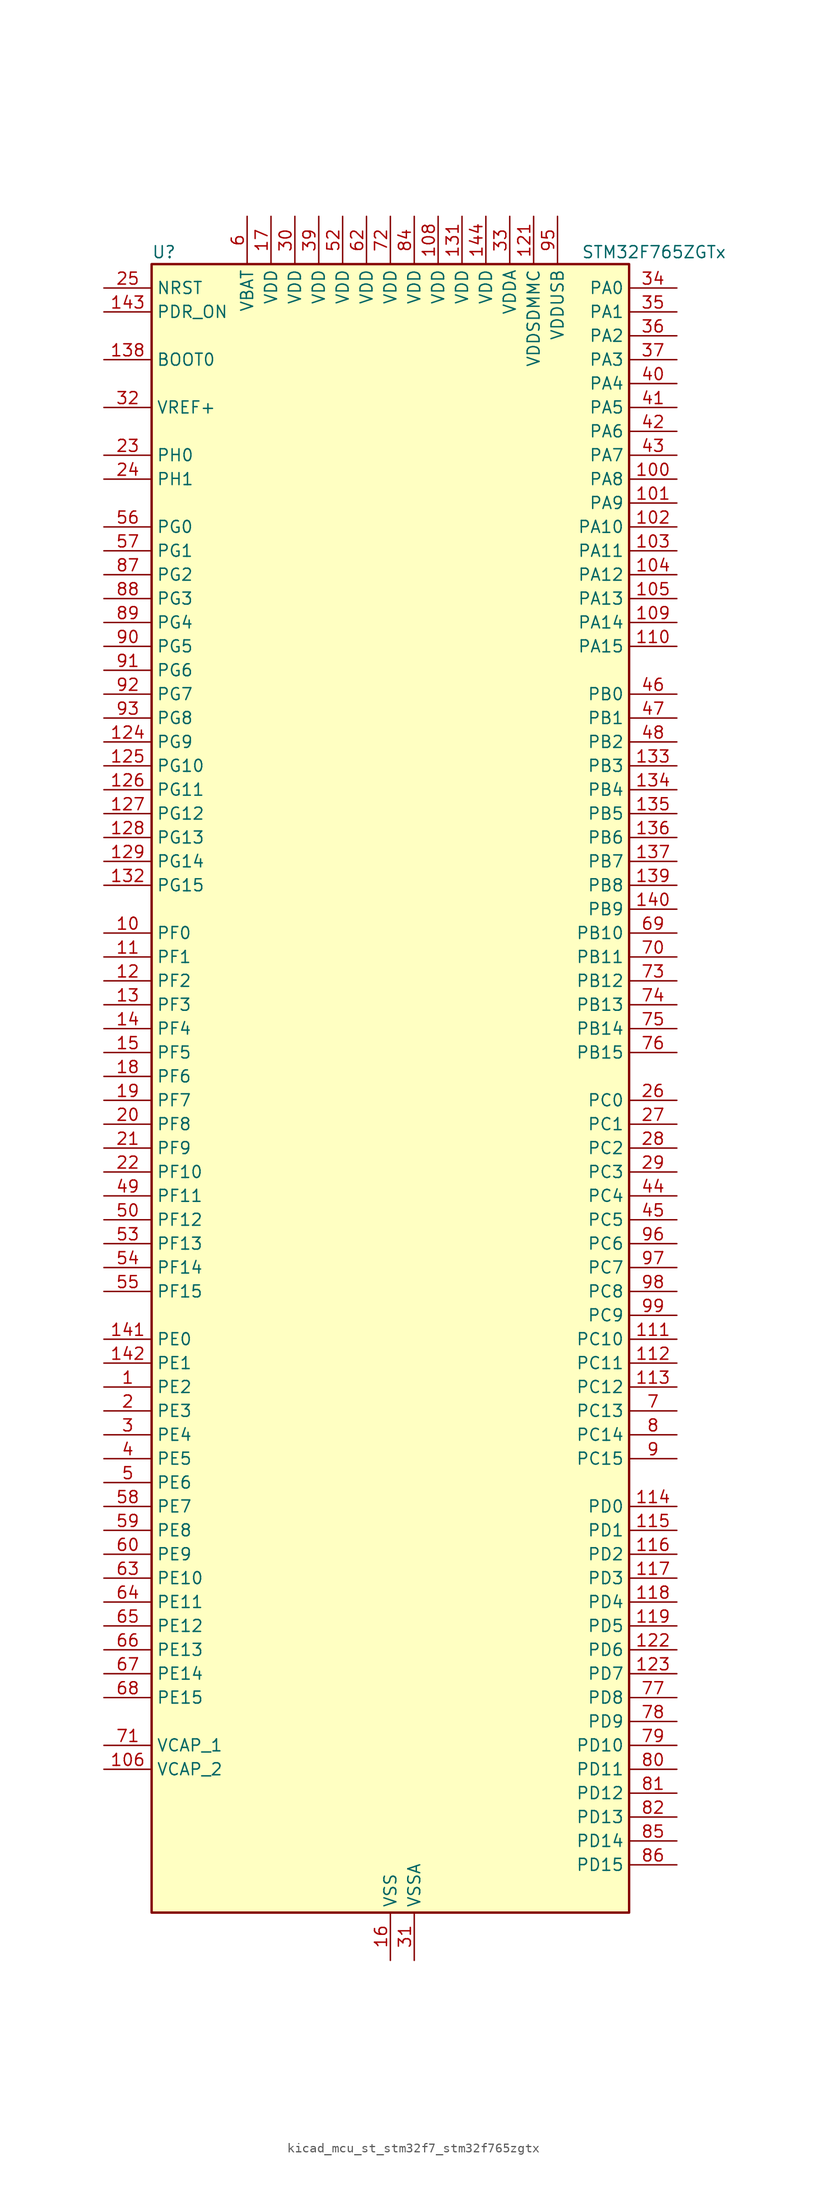
<source format=kicad_sym>
(kicad_symbol_lib
  (version 20220914)
  (generator kicad_symbol_editor)
  (symbol "kicad_mcu_st_stm32f7_stm32f765zgtx"
    (property "Reference" "U"
      (at -25.4 90.17 0)
      (effects (font (size 1.27 1.27)) (justify left)))
    (property "Value" "STM32F765ZGTx"
      (at 20.32 90.17 0)
      (effects (font (size 1.27 1.27)) (justify left)))
    (property "ki_locked" ""
      (at 0 0 0)
      (effects (font (size 1.27 1.27))))
    (symbol "kicad_mcu_st_stm32f7_stm32f765zgtx_0_1"
      (rectangle (start -25.4 -86.36) (end 25.4 88.9) (stroke (width 0.254) (type default)) (fill (type background))))
    (symbol "kicad_mcu_st_stm32f7_stm32f765zgtx_1_1"
      (pin bidirectional line (at -30.48 -30.48 0) (length 5.08) (name "PE2" (effects (font (size 1.27 1.27)))) (number "1" (effects (font (size 1.27 1.27)))) (alternate "ETH_TXD3" bidirectional line) (alternate "FMC_A23" bidirectional line) (alternate "QUADSPI_BK1_IO2" bidirectional line) (alternate "SAI1_MCLK_A" bidirectional line) (alternate "SPI4_SCK" bidirectional line) (alternate "SYS_TRACECLK" bidirectional line))
      (pin bidirectional line (at -30.48 17.78 0) (length 5.08) (name "PF0" (effects (font (size 1.27 1.27)))) (number "10" (effects (font (size 1.27 1.27)))) (alternate "FMC_A0" bidirectional line) (alternate "I2C2_SDA" bidirectional line))
      (pin bidirectional line (at 30.48 66.04 180) (length 5.08) (name "PA8" (effects (font (size 1.27 1.27)))) (number "100" (effects (font (size 1.27 1.27)))) (alternate "CAN3_RX" bidirectional line) (alternate "I2C3_SCL" bidirectional line) (alternate "RCC_MCO_1" bidirectional line) (alternate "TIM1_CH1" bidirectional line) (alternate "TIM8_BKIN2" bidirectional line) (alternate "UART7_RX" bidirectional line) (alternate "USART1_CK" bidirectional line) (alternate "USB_OTG_FS_SOF" bidirectional line))
      (pin bidirectional line (at 30.48 63.5 180) (length 5.08) (name "PA9" (effects (font (size 1.27 1.27)))) (number "101" (effects (font (size 1.27 1.27)))) (alternate "DAC_EXTI9" bidirectional line) (alternate "DCMI_D0" bidirectional line) (alternate "I2C3_SMBA" bidirectional line) (alternate "I2S2_CK" bidirectional line) (alternate "SPI2_SCK" bidirectional line) (alternate "TIM1_CH2" bidirectional line) (alternate "USART1_TX" bidirectional line) (alternate "USB_OTG_FS_VBUS" bidirectional line))
      (pin bidirectional line (at 30.48 60.96 180) (length 5.08) (name "PA10" (effects (font (size 1.27 1.27)))) (number "102" (effects (font (size 1.27 1.27)))) (alternate "DCMI_D1" bidirectional line) (alternate "MDIOS_MDIO" bidirectional line) (alternate "TIM1_CH3" bidirectional line) (alternate "USART1_RX" bidirectional line) (alternate "USB_OTG_FS_ID" bidirectional line))
      (pin bidirectional line (at 30.48 58.42 180) (length 5.08) (name "PA11" (effects (font (size 1.27 1.27)))) (number "103" (effects (font (size 1.27 1.27)))) (alternate "ADC1_EXTI11" bidirectional line) (alternate "ADC2_EXTI11" bidirectional line) (alternate "ADC3_EXTI11" bidirectional line) (alternate "CAN1_RX" bidirectional line) (alternate "I2S2_WS" bidirectional line) (alternate "SPI2_NSS" bidirectional line) (alternate "TIM1_CH4" bidirectional line) (alternate "UART4_RX" bidirectional line) (alternate "USART1_CTS" bidirectional line) (alternate "USB_OTG_FS_DM" bidirectional line))
      (pin bidirectional line (at 30.48 55.88 180) (length 5.08) (name "PA12" (effects (font (size 1.27 1.27)))) (number "104" (effects (font (size 1.27 1.27)))) (alternate "CAN1_TX" bidirectional line) (alternate "I2S2_CK" bidirectional line) (alternate "SAI2_FS_B" bidirectional line) (alternate "SPI2_SCK" bidirectional line) (alternate "TIM1_ETR" bidirectional line) (alternate "UART4_TX" bidirectional line) (alternate "USART1_DE" bidirectional line) (alternate "USART1_RTS" bidirectional line) (alternate "USB_OTG_FS_DP" bidirectional line))
      (pin bidirectional line (at 30.48 53.34 180) (length 5.08) (name "PA13" (effects (font (size 1.27 1.27)))) (number "105" (effects (font (size 1.27 1.27)))) (alternate "SYS_JTMS-SWDIO" bidirectional line))
      (pin power_out line (at -30.48 -71.12 0) (length 5.08) (name "VCAP_2" (effects (font (size 1.27 1.27)))) (number "106" (effects (font (size 1.27 1.27)))))
      (pin passive line (at 0 -91.44 90) (length 5.08) hide (name "VSS" (effects (font (size 1.27 1.27)))) (number "107" (effects (font (size 1.27 1.27)))))
      (pin power_in line (at 5.08 93.98 270) (length 5.08) (name "VDD" (effects (font (size 1.27 1.27)))) (number "108" (effects (font (size 1.27 1.27)))))
      (pin bidirectional line (at 30.48 50.8 180) (length 5.08) (name "PA14" (effects (font (size 1.27 1.27)))) (number "109" (effects (font (size 1.27 1.27)))) (alternate "SYS_JTCK-SWCLK" bidirectional line))
      (pin bidirectional line (at -30.48 15.24 0) (length 5.08) (name "PF1" (effects (font (size 1.27 1.27)))) (number "11" (effects (font (size 1.27 1.27)))) (alternate "FMC_A1" bidirectional line) (alternate "I2C2_SCL" bidirectional line))
      (pin bidirectional line (at 30.48 48.26 180) (length 5.08) (name "PA15" (effects (font (size 1.27 1.27)))) (number "110" (effects (font (size 1.27 1.27)))) (alternate "CAN3_TX" bidirectional line) (alternate "CEC" bidirectional line) (alternate "I2S1_WS" bidirectional line) (alternate "I2S3_WS" bidirectional line) (alternate "SPI1_NSS" bidirectional line) (alternate "SPI3_NSS" bidirectional line) (alternate "SPI6_NSS" bidirectional line) (alternate "SYS_JTDI" bidirectional line) (alternate "TIM2_CH1" bidirectional line) (alternate "TIM2_ETR" bidirectional line) (alternate "UART4_DE" bidirectional line) (alternate "UART4_RTS" bidirectional line) (alternate "UART7_TX" bidirectional line))
      (pin bidirectional line (at 30.48 -25.4 180) (length 5.08) (name "PC10" (effects (font (size 1.27 1.27)))) (number "111" (effects (font (size 1.27 1.27)))) (alternate "DCMI_D8" bidirectional line) (alternate "DFSDM1_CKIN5" bidirectional line) (alternate "I2S3_CK" bidirectional line) (alternate "QUADSPI_BK1_IO1" bidirectional line) (alternate "SDMMC1_D2" bidirectional line) (alternate "SPI3_SCK" bidirectional line) (alternate "UART4_TX" bidirectional line) (alternate "USART3_TX" bidirectional line))
      (pin bidirectional line (at 30.48 -27.94 180) (length 5.08) (name "PC11" (effects (font (size 1.27 1.27)))) (number "112" (effects (font (size 1.27 1.27)))) (alternate "ADC1_EXTI11" bidirectional line) (alternate "ADC2_EXTI11" bidirectional line) (alternate "ADC3_EXTI11" bidirectional line) (alternate "DCMI_D4" bidirectional line) (alternate "DFSDM1_DATIN5" bidirectional line) (alternate "QUADSPI_BK2_NCS" bidirectional line) (alternate "SDMMC1_D3" bidirectional line) (alternate "SPI3_MISO" bidirectional line) (alternate "UART4_RX" bidirectional line) (alternate "USART3_RX" bidirectional line))
      (pin bidirectional line (at 30.48 -30.48 180) (length 5.08) (name "PC12" (effects (font (size 1.27 1.27)))) (number "113" (effects (font (size 1.27 1.27)))) (alternate "DCMI_D9" bidirectional line) (alternate "I2S3_SD" bidirectional line) (alternate "SDMMC1_CK" bidirectional line) (alternate "SPI3_MOSI" bidirectional line) (alternate "SYS_TRACED3" bidirectional line) (alternate "UART5_TX" bidirectional line) (alternate "USART3_CK" bidirectional line))
      (pin bidirectional line (at 30.48 -43.18 180) (length 5.08) (name "PD0" (effects (font (size 1.27 1.27)))) (number "114" (effects (font (size 1.27 1.27)))) (alternate "CAN1_RX" bidirectional line) (alternate "DFSDM1_CKIN6" bidirectional line) (alternate "DFSDM1_DATIN7" bidirectional line) (alternate "FMC_D2" bidirectional line) (alternate "FMC_DA2" bidirectional line) (alternate "UART4_RX" bidirectional line))
      (pin bidirectional line (at 30.48 -45.72 180) (length 5.08) (name "PD1" (effects (font (size 1.27 1.27)))) (number "115" (effects (font (size 1.27 1.27)))) (alternate "CAN1_TX" bidirectional line) (alternate "DFSDM1_CKIN7" bidirectional line) (alternate "DFSDM1_DATIN6" bidirectional line) (alternate "FMC_D3" bidirectional line) (alternate "FMC_DA3" bidirectional line) (alternate "UART4_TX" bidirectional line))
      (pin bidirectional line (at 30.48 -48.26 180) (length 5.08) (name "PD2" (effects (font (size 1.27 1.27)))) (number "116" (effects (font (size 1.27 1.27)))) (alternate "DCMI_D11" bidirectional line) (alternate "SDMMC1_CMD" bidirectional line) (alternate "SYS_TRACED2" bidirectional line) (alternate "TIM3_ETR" bidirectional line) (alternate "UART5_RX" bidirectional line))
      (pin bidirectional line (at 30.48 -50.8 180) (length 5.08) (name "PD3" (effects (font (size 1.27 1.27)))) (number "117" (effects (font (size 1.27 1.27)))) (alternate "DCMI_D5" bidirectional line) (alternate "DFSDM1_CKOUT" bidirectional line) (alternate "DFSDM1_DATIN0" bidirectional line) (alternate "FMC_CLK" bidirectional line) (alternate "I2S2_CK" bidirectional line) (alternate "SPI2_SCK" bidirectional line) (alternate "USART2_CTS" bidirectional line))
      (pin bidirectional line (at 30.48 -53.34 180) (length 5.08) (name "PD4" (effects (font (size 1.27 1.27)))) (number "118" (effects (font (size 1.27 1.27)))) (alternate "DFSDM1_CKIN0" bidirectional line) (alternate "FMC_NOE" bidirectional line) (alternate "USART2_DE" bidirectional line) (alternate "USART2_RTS" bidirectional line))
      (pin bidirectional line (at 30.48 -55.88 180) (length 5.08) (name "PD5" (effects (font (size 1.27 1.27)))) (number "119" (effects (font (size 1.27 1.27)))) (alternate "FMC_NWE" bidirectional line) (alternate "USART2_TX" bidirectional line))
      (pin bidirectional line (at -30.48 12.7 0) (length 5.08) (name "PF2" (effects (font (size 1.27 1.27)))) (number "12" (effects (font (size 1.27 1.27)))) (alternate "FMC_A2" bidirectional line) (alternate "I2C2_SMBA" bidirectional line))
      (pin passive line (at 0 -91.44 90) (length 5.08) hide (name "VSS" (effects (font (size 1.27 1.27)))) (number "120" (effects (font (size 1.27 1.27)))))
      (pin power_in line (at 15.24 93.98 270) (length 5.08) (name "VDDSDMMC" (effects (font (size 1.27 1.27)))) (number "121" (effects (font (size 1.27 1.27)))))
      (pin bidirectional line (at 30.48 -58.42 180) (length 5.08) (name "PD6" (effects (font (size 1.27 1.27)))) (number "122" (effects (font (size 1.27 1.27)))) (alternate "DCMI_D10" bidirectional line) (alternate "DFSDM1_CKIN4" bidirectional line) (alternate "DFSDM1_DATIN1" bidirectional line) (alternate "FMC_NWAIT" bidirectional line) (alternate "I2S3_SD" bidirectional line) (alternate "SAI1_SD_A" bidirectional line) (alternate "SDMMC2_CK" bidirectional line) (alternate "SPI3_MOSI" bidirectional line) (alternate "USART2_RX" bidirectional line))
      (pin bidirectional line (at 30.48 -60.96 180) (length 5.08) (name "PD7" (effects (font (size 1.27 1.27)))) (number "123" (effects (font (size 1.27 1.27)))) (alternate "DFSDM1_CKIN1" bidirectional line) (alternate "DFSDM1_DATIN4" bidirectional line) (alternate "FMC_NE1" bidirectional line) (alternate "I2S1_SD" bidirectional line) (alternate "SDMMC2_CMD" bidirectional line) (alternate "SPDIFRX_IN0" bidirectional line) (alternate "SPI1_MOSI" bidirectional line) (alternate "USART2_CK" bidirectional line))
      (pin bidirectional line (at -30.48 38.1 0) (length 5.08) (name "PG9" (effects (font (size 1.27 1.27)))) (number "124" (effects (font (size 1.27 1.27)))) (alternate "DAC_EXTI9" bidirectional line) (alternate "DCMI_VSYNC" bidirectional line) (alternate "FMC_NCE" bidirectional line) (alternate "FMC_NE2" bidirectional line) (alternate "QUADSPI_BK2_IO2" bidirectional line) (alternate "SAI2_FS_B" bidirectional line) (alternate "SDMMC2_D0" bidirectional line) (alternate "SPDIFRX_IN3" bidirectional line) (alternate "SPI1_MISO" bidirectional line) (alternate "USART6_RX" bidirectional line))
      (pin bidirectional line (at -30.48 35.56 0) (length 5.08) (name "PG10" (effects (font (size 1.27 1.27)))) (number "125" (effects (font (size 1.27 1.27)))) (alternate "DCMI_D2" bidirectional line) (alternate "FMC_NE3" bidirectional line) (alternate "I2S1_WS" bidirectional line) (alternate "SAI2_SD_B" bidirectional line) (alternate "SDMMC2_D1" bidirectional line) (alternate "SPI1_NSS" bidirectional line))
      (pin bidirectional line (at -30.48 33.02 0) (length 5.08) (name "PG11" (effects (font (size 1.27 1.27)))) (number "126" (effects (font (size 1.27 1.27)))) (alternate "ADC1_EXTI11" bidirectional line) (alternate "ADC2_EXTI11" bidirectional line) (alternate "ADC3_EXTI11" bidirectional line) (alternate "DCMI_D3" bidirectional line) (alternate "ETH_TX_EN" bidirectional line) (alternate "I2S1_CK" bidirectional line) (alternate "SDMMC2_D2" bidirectional line) (alternate "SPDIFRX_IN0" bidirectional line) (alternate "SPI1_SCK" bidirectional line))
      (pin bidirectional line (at -30.48 30.48 0) (length 5.08) (name "PG12" (effects (font (size 1.27 1.27)))) (number "127" (effects (font (size 1.27 1.27)))) (alternate "FMC_NE4" bidirectional line) (alternate "LPTIM1_IN1" bidirectional line) (alternate "SDMMC2_D3" bidirectional line) (alternate "SPDIFRX_IN1" bidirectional line) (alternate "SPI6_MISO" bidirectional line) (alternate "USART6_DE" bidirectional line) (alternate "USART6_RTS" bidirectional line))
      (pin bidirectional line (at -30.48 27.94 0) (length 5.08) (name "PG13" (effects (font (size 1.27 1.27)))) (number "128" (effects (font (size 1.27 1.27)))) (alternate "ETH_TXD0" bidirectional line) (alternate "FMC_A24" bidirectional line) (alternate "LPTIM1_OUT" bidirectional line) (alternate "SPI6_SCK" bidirectional line) (alternate "SYS_TRACED0" bidirectional line) (alternate "USART6_CTS" bidirectional line))
      (pin bidirectional line (at -30.48 25.4 0) (length 5.08) (name "PG14" (effects (font (size 1.27 1.27)))) (number "129" (effects (font (size 1.27 1.27)))) (alternate "ETH_TXD1" bidirectional line) (alternate "FMC_A25" bidirectional line) (alternate "LPTIM1_ETR" bidirectional line) (alternate "QUADSPI_BK2_IO3" bidirectional line) (alternate "SPI6_MOSI" bidirectional line) (alternate "SYS_TRACED1" bidirectional line) (alternate "USART6_TX" bidirectional line))
      (pin bidirectional line (at -30.48 10.16 0) (length 5.08) (name "PF3" (effects (font (size 1.27 1.27)))) (number "13" (effects (font (size 1.27 1.27)))) (alternate "ADC3_IN9" bidirectional line) (alternate "FMC_A3" bidirectional line))
      (pin passive line (at 0 -91.44 90) (length 5.08) hide (name "VSS" (effects (font (size 1.27 1.27)))) (number "130" (effects (font (size 1.27 1.27)))))
      (pin power_in line (at 7.62 93.98 270) (length 5.08) (name "VDD" (effects (font (size 1.27 1.27)))) (number "131" (effects (font (size 1.27 1.27)))))
      (pin bidirectional line (at -30.48 22.86 0) (length 5.08) (name "PG15" (effects (font (size 1.27 1.27)))) (number "132" (effects (font (size 1.27 1.27)))) (alternate "DCMI_D13" bidirectional line) (alternate "FMC_SDNCAS" bidirectional line) (alternate "USART6_CTS" bidirectional line))
      (pin bidirectional line (at 30.48 35.56 180) (length 5.08) (name "PB3" (effects (font (size 1.27 1.27)))) (number "133" (effects (font (size 1.27 1.27)))) (alternate "CAN3_RX" bidirectional line) (alternate "I2S1_CK" bidirectional line) (alternate "I2S3_CK" bidirectional line) (alternate "SDMMC2_D2" bidirectional line) (alternate "SPI1_SCK" bidirectional line) (alternate "SPI3_SCK" bidirectional line) (alternate "SPI6_SCK" bidirectional line) (alternate "SYS_JTDO-SWO" bidirectional line) (alternate "TIM2_CH2" bidirectional line) (alternate "UART7_RX" bidirectional line))
      (pin bidirectional line (at 30.48 33.02 180) (length 5.08) (name "PB4" (effects (font (size 1.27 1.27)))) (number "134" (effects (font (size 1.27 1.27)))) (alternate "CAN3_TX" bidirectional line) (alternate "I2S2_WS" bidirectional line) (alternate "SDMMC2_D3" bidirectional line) (alternate "SPI1_MISO" bidirectional line) (alternate "SPI2_NSS" bidirectional line) (alternate "SPI3_MISO" bidirectional line) (alternate "SPI6_MISO" bidirectional line) (alternate "SYS_JTRST" bidirectional line) (alternate "TIM3_CH1" bidirectional line) (alternate "UART7_TX" bidirectional line))
      (pin bidirectional line (at 30.48 30.48 180) (length 5.08) (name "PB5" (effects (font (size 1.27 1.27)))) (number "135" (effects (font (size 1.27 1.27)))) (alternate "CAN2_RX" bidirectional line) (alternate "DCMI_D10" bidirectional line) (alternate "ETH_PPS_OUT" bidirectional line) (alternate "FMC_SDCKE1" bidirectional line) (alternate "I2C1_SMBA" bidirectional line) (alternate "I2S1_SD" bidirectional line) (alternate "I2S3_SD" bidirectional line) (alternate "SPI1_MOSI" bidirectional line) (alternate "SPI3_MOSI" bidirectional line) (alternate "SPI6_MOSI" bidirectional line) (alternate "TIM3_CH2" bidirectional line) (alternate "UART5_RX" bidirectional line) (alternate "USB_OTG_HS_ULPI_D7" bidirectional line))
      (pin bidirectional line (at 30.48 27.94 180) (length 5.08) (name "PB6" (effects (font (size 1.27 1.27)))) (number "136" (effects (font (size 1.27 1.27)))) (alternate "CAN2_TX" bidirectional line) (alternate "CEC" bidirectional line) (alternate "DCMI_D5" bidirectional line) (alternate "DFSDM1_DATIN5" bidirectional line) (alternate "FMC_SDNE1" bidirectional line) (alternate "I2C1_SCL" bidirectional line) (alternate "I2C4_SCL" bidirectional line) (alternate "QUADSPI_BK1_NCS" bidirectional line) (alternate "TIM4_CH1" bidirectional line) (alternate "UART5_TX" bidirectional line) (alternate "USART1_TX" bidirectional line))
      (pin bidirectional line (at 30.48 25.4 180) (length 5.08) (name "PB7" (effects (font (size 1.27 1.27)))) (number "137" (effects (font (size 1.27 1.27)))) (alternate "DCMI_VSYNC" bidirectional line) (alternate "DFSDM1_CKIN5" bidirectional line) (alternate "FMC_NL" bidirectional line) (alternate "I2C1_SDA" bidirectional line) (alternate "I2C4_SDA" bidirectional line) (alternate "TIM4_CH2" bidirectional line) (alternate "USART1_RX" bidirectional line))
      (pin input line (at -30.48 78.74 0) (length 5.08) (name "BOOT0" (effects (font (size 1.27 1.27)))) (number "138" (effects (font (size 1.27 1.27)))))
      (pin bidirectional line (at 30.48 22.86 180) (length 5.08) (name "PB8" (effects (font (size 1.27 1.27)))) (number "139" (effects (font (size 1.27 1.27)))) (alternate "CAN1_RX" bidirectional line) (alternate "DCMI_D6" bidirectional line) (alternate "DFSDM1_CKIN7" bidirectional line) (alternate "ETH_TXD3" bidirectional line) (alternate "I2C1_SCL" bidirectional line) (alternate "I2C4_SCL" bidirectional line) (alternate "SDMMC1_D4" bidirectional line) (alternate "SDMMC2_D4" bidirectional line) (alternate "TIM10_CH1" bidirectional line) (alternate "TIM4_CH3" bidirectional line) (alternate "UART5_RX" bidirectional line))
      (pin bidirectional line (at -30.48 7.62 0) (length 5.08) (name "PF4" (effects (font (size 1.27 1.27)))) (number "14" (effects (font (size 1.27 1.27)))) (alternate "ADC3_IN14" bidirectional line) (alternate "FMC_A4" bidirectional line))
      (pin bidirectional line (at 30.48 20.32 180) (length 5.08) (name "PB9" (effects (font (size 1.27 1.27)))) (number "140" (effects (font (size 1.27 1.27)))) (alternate "CAN1_TX" bidirectional line) (alternate "DAC_EXTI9" bidirectional line) (alternate "DCMI_D7" bidirectional line) (alternate "DFSDM1_DATIN7" bidirectional line) (alternate "I2C1_SDA" bidirectional line) (alternate "I2C4_SDA" bidirectional line) (alternate "I2C4_SMBA" bidirectional line) (alternate "I2S2_WS" bidirectional line) (alternate "SDMMC1_D5" bidirectional line) (alternate "SDMMC2_D5" bidirectional line) (alternate "SPI2_NSS" bidirectional line) (alternate "TIM11_CH1" bidirectional line) (alternate "TIM4_CH4" bidirectional line) (alternate "UART5_TX" bidirectional line))
      (pin bidirectional line (at -30.48 -25.4 0) (length 5.08) (name "PE0" (effects (font (size 1.27 1.27)))) (number "141" (effects (font (size 1.27 1.27)))) (alternate "DCMI_D2" bidirectional line) (alternate "FMC_NBL0" bidirectional line) (alternate "LPTIM1_ETR" bidirectional line) (alternate "SAI2_MCLK_A" bidirectional line) (alternate "TIM4_ETR" bidirectional line) (alternate "UART8_RX" bidirectional line))
      (pin bidirectional line (at -30.48 -27.94 0) (length 5.08) (name "PE1" (effects (font (size 1.27 1.27)))) (number "142" (effects (font (size 1.27 1.27)))) (alternate "DCMI_D3" bidirectional line) (alternate "FMC_NBL1" bidirectional line) (alternate "LPTIM1_IN2" bidirectional line) (alternate "UART8_TX" bidirectional line))
      (pin input line (at -30.48 83.82 0) (length 5.08) (name "PDR_ON" (effects (font (size 1.27 1.27)))) (number "143" (effects (font (size 1.27 1.27)))))
      (pin power_in line (at 10.16 93.98 270) (length 5.08) (name "VDD" (effects (font (size 1.27 1.27)))) (number "144" (effects (font (size 1.27 1.27)))))
      (pin bidirectional line (at -30.48 5.08 0) (length 5.08) (name "PF5" (effects (font (size 1.27 1.27)))) (number "15" (effects (font (size 1.27 1.27)))) (alternate "ADC3_IN15" bidirectional line) (alternate "FMC_A5" bidirectional line))
      (pin power_in line (at 0 -91.44 90) (length 5.08) (name "VSS" (effects (font (size 1.27 1.27)))) (number "16" (effects (font (size 1.27 1.27)))))
      (pin power_in line (at -12.7 93.98 270) (length 5.08) (name "VDD" (effects (font (size 1.27 1.27)))) (number "17" (effects (font (size 1.27 1.27)))))
      (pin bidirectional line (at -30.48 2.54 0) (length 5.08) (name "PF6" (effects (font (size 1.27 1.27)))) (number "18" (effects (font (size 1.27 1.27)))) (alternate "ADC3_IN4" bidirectional line) (alternate "QUADSPI_BK1_IO3" bidirectional line) (alternate "SAI1_SD_B" bidirectional line) (alternate "SPI5_NSS" bidirectional line) (alternate "TIM10_CH1" bidirectional line) (alternate "UART7_RX" bidirectional line))
      (pin bidirectional line (at -30.48 0 0) (length 5.08) (name "PF7" (effects (font (size 1.27 1.27)))) (number "19" (effects (font (size 1.27 1.27)))) (alternate "ADC3_IN5" bidirectional line) (alternate "QUADSPI_BK1_IO2" bidirectional line) (alternate "SAI1_MCLK_B" bidirectional line) (alternate "SPI5_SCK" bidirectional line) (alternate "TIM11_CH1" bidirectional line) (alternate "UART7_TX" bidirectional line))
      (pin bidirectional line (at -30.48 -33.02 0) (length 5.08) (name "PE3" (effects (font (size 1.27 1.27)))) (number "2" (effects (font (size 1.27 1.27)))) (alternate "FMC_A19" bidirectional line) (alternate "SAI1_SD_B" bidirectional line) (alternate "SYS_TRACED0" bidirectional line))
      (pin bidirectional line (at -30.48 -2.54 0) (length 5.08) (name "PF8" (effects (font (size 1.27 1.27)))) (number "20" (effects (font (size 1.27 1.27)))) (alternate "ADC3_IN6" bidirectional line) (alternate "QUADSPI_BK1_IO0" bidirectional line) (alternate "SAI1_SCK_B" bidirectional line) (alternate "SPI5_MISO" bidirectional line) (alternate "TIM13_CH1" bidirectional line) (alternate "UART7_DE" bidirectional line) (alternate "UART7_RTS" bidirectional line))
      (pin bidirectional line (at -30.48 -5.08 0) (length 5.08) (name "PF9" (effects (font (size 1.27 1.27)))) (number "21" (effects (font (size 1.27 1.27)))) (alternate "ADC3_IN7" bidirectional line) (alternate "DAC_EXTI9" bidirectional line) (alternate "QUADSPI_BK1_IO1" bidirectional line) (alternate "SAI1_FS_B" bidirectional line) (alternate "SPI5_MOSI" bidirectional line) (alternate "TIM14_CH1" bidirectional line) (alternate "UART7_CTS" bidirectional line))
      (pin bidirectional line (at -30.48 -7.62 0) (length 5.08) (name "PF10" (effects (font (size 1.27 1.27)))) (number "22" (effects (font (size 1.27 1.27)))) (alternate "ADC3_IN8" bidirectional line) (alternate "DCMI_D11" bidirectional line) (alternate "QUADSPI_CLK" bidirectional line))
      (pin bidirectional line (at -30.48 68.58 0) (length 5.08) (name "PH0" (effects (font (size 1.27 1.27)))) (number "23" (effects (font (size 1.27 1.27)))) (alternate "RCC_OSC_IN" bidirectional line))
      (pin bidirectional line (at -30.48 66.04 0) (length 5.08) (name "PH1" (effects (font (size 1.27 1.27)))) (number "24" (effects (font (size 1.27 1.27)))) (alternate "RCC_OSC_OUT" bidirectional line))
      (pin input line (at -30.48 86.36 0) (length 5.08) (name "NRST" (effects (font (size 1.27 1.27)))) (number "25" (effects (font (size 1.27 1.27)))))
      (pin bidirectional line (at 30.48 0 180) (length 5.08) (name "PC0" (effects (font (size 1.27 1.27)))) (number "26" (effects (font (size 1.27 1.27)))) (alternate "ADC1_IN10" bidirectional line) (alternate "ADC2_IN10" bidirectional line) (alternate "ADC3_IN10" bidirectional line) (alternate "DFSDM1_CKIN0" bidirectional line) (alternate "DFSDM1_DATIN4" bidirectional line) (alternate "FMC_SDNWE" bidirectional line) (alternate "SAI2_FS_B" bidirectional line) (alternate "USB_OTG_HS_ULPI_STP" bidirectional line))
      (pin bidirectional line (at 30.48 -2.54 180) (length 5.08) (name "PC1" (effects (font (size 1.27 1.27)))) (number "27" (effects (font (size 1.27 1.27)))) (alternate "ADC1_IN11" bidirectional line) (alternate "ADC2_IN11" bidirectional line) (alternate "ADC3_IN11" bidirectional line) (alternate "DFSDM1_CKIN4" bidirectional line) (alternate "DFSDM1_DATIN0" bidirectional line) (alternate "ETH_MDC" bidirectional line) (alternate "I2S2_SD" bidirectional line) (alternate "MDIOS_MDC" bidirectional line) (alternate "RTC_TAMP3" bidirectional line) (alternate "RTC_TS" bidirectional line) (alternate "SAI1_SD_A" bidirectional line) (alternate "SPI2_MOSI" bidirectional line) (alternate "SYS_TRACED0" bidirectional line) (alternate "SYS_WKUP3" bidirectional line))
      (pin bidirectional line (at 30.48 -5.08 180) (length 5.08) (name "PC2" (effects (font (size 1.27 1.27)))) (number "28" (effects (font (size 1.27 1.27)))) (alternate "ADC1_IN12" bidirectional line) (alternate "ADC2_IN12" bidirectional line) (alternate "ADC3_IN12" bidirectional line) (alternate "DFSDM1_CKIN1" bidirectional line) (alternate "DFSDM1_CKOUT" bidirectional line) (alternate "ETH_TXD2" bidirectional line) (alternate "FMC_SDNE0" bidirectional line) (alternate "SPI2_MISO" bidirectional line) (alternate "USB_OTG_HS_ULPI_DIR" bidirectional line))
      (pin bidirectional line (at 30.48 -7.62 180) (length 5.08) (name "PC3" (effects (font (size 1.27 1.27)))) (number "29" (effects (font (size 1.27 1.27)))) (alternate "ADC1_IN13" bidirectional line) (alternate "ADC2_IN13" bidirectional line) (alternate "ADC3_IN13" bidirectional line) (alternate "DFSDM1_DATIN1" bidirectional line) (alternate "ETH_TX_CLK" bidirectional line) (alternate "FMC_SDCKE0" bidirectional line) (alternate "I2S2_SD" bidirectional line) (alternate "SPI2_MOSI" bidirectional line) (alternate "USB_OTG_HS_ULPI_NXT" bidirectional line))
      (pin bidirectional line (at -30.48 -35.56 0) (length 5.08) (name "PE4" (effects (font (size 1.27 1.27)))) (number "3" (effects (font (size 1.27 1.27)))) (alternate "DCMI_D4" bidirectional line) (alternate "DFSDM1_DATIN3" bidirectional line) (alternate "FMC_A20" bidirectional line) (alternate "SAI1_FS_A" bidirectional line) (alternate "SPI4_NSS" bidirectional line) (alternate "SYS_TRACED1" bidirectional line))
      (pin power_in line (at -10.16 93.98 270) (length 5.08) (name "VDD" (effects (font (size 1.27 1.27)))) (number "30" (effects (font (size 1.27 1.27)))))
      (pin power_in line (at 2.54 -91.44 90) (length 5.08) (name "VSSA" (effects (font (size 1.27 1.27)))) (number "31" (effects (font (size 1.27 1.27)))))
      (pin input line (at -30.48 73.66 0) (length 5.08) (name "VREF+" (effects (font (size 1.27 1.27)))) (number "32" (effects (font (size 1.27 1.27)))))
      (pin power_in line (at 12.7 93.98 270) (length 5.08) (name "VDDA" (effects (font (size 1.27 1.27)))) (number "33" (effects (font (size 1.27 1.27)))))
      (pin bidirectional line (at 30.48 86.36 180) (length 5.08) (name "PA0" (effects (font (size 1.27 1.27)))) (number "34" (effects (font (size 1.27 1.27)))) (alternate "ADC1_IN0" bidirectional line) (alternate "ADC2_IN0" bidirectional line) (alternate "ADC3_IN0" bidirectional line) (alternate "ETH_CRS" bidirectional line) (alternate "SAI2_SD_B" bidirectional line) (alternate "SYS_WKUP1" bidirectional line) (alternate "TIM2_CH1" bidirectional line) (alternate "TIM2_ETR" bidirectional line) (alternate "TIM5_CH1" bidirectional line) (alternate "TIM8_ETR" bidirectional line) (alternate "UART4_TX" bidirectional line) (alternate "USART2_CTS" bidirectional line))
      (pin bidirectional line (at 30.48 83.82 180) (length 5.08) (name "PA1" (effects (font (size 1.27 1.27)))) (number "35" (effects (font (size 1.27 1.27)))) (alternate "ADC1_IN1" bidirectional line) (alternate "ADC2_IN1" bidirectional line) (alternate "ADC3_IN1" bidirectional line) (alternate "ETH_REF_CLK" bidirectional line) (alternate "ETH_RX_CLK" bidirectional line) (alternate "QUADSPI_BK1_IO3" bidirectional line) (alternate "SAI2_MCLK_B" bidirectional line) (alternate "TIM2_CH2" bidirectional line) (alternate "TIM5_CH2" bidirectional line) (alternate "UART4_RX" bidirectional line) (alternate "USART2_DE" bidirectional line) (alternate "USART2_RTS" bidirectional line))
      (pin bidirectional line (at 30.48 81.28 180) (length 5.08) (name "PA2" (effects (font (size 1.27 1.27)))) (number "36" (effects (font (size 1.27 1.27)))) (alternate "ADC1_IN2" bidirectional line) (alternate "ADC2_IN2" bidirectional line) (alternate "ADC3_IN2" bidirectional line) (alternate "ETH_MDIO" bidirectional line) (alternate "MDIOS_MDIO" bidirectional line) (alternate "SAI2_SCK_B" bidirectional line) (alternate "SYS_WKUP2" bidirectional line) (alternate "TIM2_CH3" bidirectional line) (alternate "TIM5_CH3" bidirectional line) (alternate "TIM9_CH1" bidirectional line) (alternate "USART2_TX" bidirectional line))
      (pin bidirectional line (at 30.48 78.74 180) (length 5.08) (name "PA3" (effects (font (size 1.27 1.27)))) (number "37" (effects (font (size 1.27 1.27)))) (alternate "ADC1_IN3" bidirectional line) (alternate "ADC2_IN3" bidirectional line) (alternate "ADC3_IN3" bidirectional line) (alternate "ETH_COL" bidirectional line) (alternate "TIM2_CH4" bidirectional line) (alternate "TIM5_CH4" bidirectional line) (alternate "TIM9_CH2" bidirectional line) (alternate "USART2_RX" bidirectional line) (alternate "USB_OTG_HS_ULPI_D0" bidirectional line))
      (pin passive line (at 0 -91.44 90) (length 5.08) hide (name "VSS" (effects (font (size 1.27 1.27)))) (number "38" (effects (font (size 1.27 1.27)))))
      (pin power_in line (at -7.62 93.98 270) (length 5.08) (name "VDD" (effects (font (size 1.27 1.27)))) (number "39" (effects (font (size 1.27 1.27)))))
      (pin bidirectional line (at -30.48 -38.1 0) (length 5.08) (name "PE5" (effects (font (size 1.27 1.27)))) (number "4" (effects (font (size 1.27 1.27)))) (alternate "DCMI_D6" bidirectional line) (alternate "DFSDM1_CKIN3" bidirectional line) (alternate "FMC_A21" bidirectional line) (alternate "SAI1_SCK_A" bidirectional line) (alternate "SPI4_MISO" bidirectional line) (alternate "SYS_TRACED2" bidirectional line) (alternate "TIM9_CH1" bidirectional line))
      (pin bidirectional line (at 30.48 76.2 180) (length 5.08) (name "PA4" (effects (font (size 1.27 1.27)))) (number "40" (effects (font (size 1.27 1.27)))) (alternate "ADC1_IN4" bidirectional line) (alternate "ADC2_IN4" bidirectional line) (alternate "DAC_OUT1" bidirectional line) (alternate "DCMI_HSYNC" bidirectional line) (alternate "I2S1_WS" bidirectional line) (alternate "I2S3_WS" bidirectional line) (alternate "SPI1_NSS" bidirectional line) (alternate "SPI3_NSS" bidirectional line) (alternate "SPI6_NSS" bidirectional line) (alternate "USART2_CK" bidirectional line) (alternate "USB_OTG_HS_SOF" bidirectional line))
      (pin bidirectional line (at 30.48 73.66 180) (length 5.08) (name "PA5" (effects (font (size 1.27 1.27)))) (number "41" (effects (font (size 1.27 1.27)))) (alternate "ADC1_IN5" bidirectional line) (alternate "ADC2_IN5" bidirectional line) (alternate "DAC_OUT2" bidirectional line) (alternate "I2S1_CK" bidirectional line) (alternate "SPI1_SCK" bidirectional line) (alternate "SPI6_SCK" bidirectional line) (alternate "TIM2_CH1" bidirectional line) (alternate "TIM2_ETR" bidirectional line) (alternate "TIM8_CH1N" bidirectional line) (alternate "USB_OTG_HS_ULPI_CK" bidirectional line))
      (pin bidirectional line (at 30.48 71.12 180) (length 5.08) (name "PA6" (effects (font (size 1.27 1.27)))) (number "42" (effects (font (size 1.27 1.27)))) (alternate "ADC1_IN6" bidirectional line) (alternate "ADC2_IN6" bidirectional line) (alternate "DCMI_PIXCLK" bidirectional line) (alternate "MDIOS_MDC" bidirectional line) (alternate "SPI1_MISO" bidirectional line) (alternate "SPI6_MISO" bidirectional line) (alternate "TIM13_CH1" bidirectional line) (alternate "TIM1_BKIN" bidirectional line) (alternate "TIM3_CH1" bidirectional line) (alternate "TIM8_BKIN" bidirectional line))
      (pin bidirectional line (at 30.48 68.58 180) (length 5.08) (name "PA7" (effects (font (size 1.27 1.27)))) (number "43" (effects (font (size 1.27 1.27)))) (alternate "ADC1_IN7" bidirectional line) (alternate "ADC2_IN7" bidirectional line) (alternate "ETH_CRS_DV" bidirectional line) (alternate "ETH_RX_DV" bidirectional line) (alternate "FMC_SDNWE" bidirectional line) (alternate "I2S1_SD" bidirectional line) (alternate "SPI1_MOSI" bidirectional line) (alternate "SPI6_MOSI" bidirectional line) (alternate "TIM14_CH1" bidirectional line) (alternate "TIM1_CH1N" bidirectional line) (alternate "TIM3_CH2" bidirectional line) (alternate "TIM8_CH1N" bidirectional line))
      (pin bidirectional line (at 30.48 -10.16 180) (length 5.08) (name "PC4" (effects (font (size 1.27 1.27)))) (number "44" (effects (font (size 1.27 1.27)))) (alternate "ADC1_IN14" bidirectional line) (alternate "ADC2_IN14" bidirectional line) (alternate "DFSDM1_CKIN2" bidirectional line) (alternate "ETH_RXD0" bidirectional line) (alternate "FMC_SDNE0" bidirectional line) (alternate "I2S1_MCK" bidirectional line) (alternate "SPDIFRX_IN2" bidirectional line))
      (pin bidirectional line (at 30.48 -12.7 180) (length 5.08) (name "PC5" (effects (font (size 1.27 1.27)))) (number "45" (effects (font (size 1.27 1.27)))) (alternate "ADC1_IN15" bidirectional line) (alternate "ADC2_IN15" bidirectional line) (alternate "DFSDM1_DATIN2" bidirectional line) (alternate "ETH_RXD1" bidirectional line) (alternate "FMC_SDCKE0" bidirectional line) (alternate "SPDIFRX_IN3" bidirectional line))
      (pin bidirectional line (at 30.48 43.18 180) (length 5.08) (name "PB0" (effects (font (size 1.27 1.27)))) (number "46" (effects (font (size 1.27 1.27)))) (alternate "ADC1_IN8" bidirectional line) (alternate "ADC2_IN8" bidirectional line) (alternate "DFSDM1_CKOUT" bidirectional line) (alternate "ETH_RXD2" bidirectional line) (alternate "TIM1_CH2N" bidirectional line) (alternate "TIM3_CH3" bidirectional line) (alternate "TIM8_CH2N" bidirectional line) (alternate "UART4_CTS" bidirectional line) (alternate "USB_OTG_HS_ULPI_D1" bidirectional line))
      (pin bidirectional line (at 30.48 40.64 180) (length 5.08) (name "PB1" (effects (font (size 1.27 1.27)))) (number "47" (effects (font (size 1.27 1.27)))) (alternate "ADC1_IN9" bidirectional line) (alternate "ADC2_IN9" bidirectional line) (alternate "DFSDM1_DATIN1" bidirectional line) (alternate "ETH_RXD3" bidirectional line) (alternate "TIM1_CH3N" bidirectional line) (alternate "TIM3_CH4" bidirectional line) (alternate "TIM8_CH3N" bidirectional line) (alternate "USB_OTG_HS_ULPI_D2" bidirectional line))
      (pin bidirectional line (at 30.48 38.1 180) (length 5.08) (name "PB2" (effects (font (size 1.27 1.27)))) (number "48" (effects (font (size 1.27 1.27)))) (alternate "DFSDM1_CKIN1" bidirectional line) (alternate "I2S3_SD" bidirectional line) (alternate "QUADSPI_CLK" bidirectional line) (alternate "SAI1_SD_A" bidirectional line) (alternate "SPI3_MOSI" bidirectional line))
      (pin bidirectional line (at -30.48 -10.16 0) (length 5.08) (name "PF11" (effects (font (size 1.27 1.27)))) (number "49" (effects (font (size 1.27 1.27)))) (alternate "ADC1_EXTI11" bidirectional line) (alternate "ADC2_EXTI11" bidirectional line) (alternate "ADC3_EXTI11" bidirectional line) (alternate "DCMI_D12" bidirectional line) (alternate "FMC_SDNRAS" bidirectional line) (alternate "SAI2_SD_B" bidirectional line) (alternate "SPI5_MOSI" bidirectional line))
      (pin bidirectional line (at -30.48 -40.64 0) (length 5.08) (name "PE6" (effects (font (size 1.27 1.27)))) (number "5" (effects (font (size 1.27 1.27)))) (alternate "DCMI_D7" bidirectional line) (alternate "FMC_A22" bidirectional line) (alternate "SAI1_SD_A" bidirectional line) (alternate "SAI2_MCLK_B" bidirectional line) (alternate "SPI4_MOSI" bidirectional line) (alternate "SYS_TRACED3" bidirectional line) (alternate "TIM1_BKIN2" bidirectional line) (alternate "TIM9_CH2" bidirectional line))
      (pin bidirectional line (at -30.48 -12.7 0) (length 5.08) (name "PF12" (effects (font (size 1.27 1.27)))) (number "50" (effects (font (size 1.27 1.27)))) (alternate "FMC_A6" bidirectional line))
      (pin passive line (at 0 -91.44 90) (length 5.08) hide (name "VSS" (effects (font (size 1.27 1.27)))) (number "51" (effects (font (size 1.27 1.27)))))
      (pin power_in line (at -5.08 93.98 270) (length 5.08) (name "VDD" (effects (font (size 1.27 1.27)))) (number "52" (effects (font (size 1.27 1.27)))))
      (pin bidirectional line (at -30.48 -15.24 0) (length 5.08) (name "PF13" (effects (font (size 1.27 1.27)))) (number "53" (effects (font (size 1.27 1.27)))) (alternate "DFSDM1_DATIN6" bidirectional line) (alternate "FMC_A7" bidirectional line) (alternate "I2C4_SMBA" bidirectional line))
      (pin bidirectional line (at -30.48 -17.78 0) (length 5.08) (name "PF14" (effects (font (size 1.27 1.27)))) (number "54" (effects (font (size 1.27 1.27)))) (alternate "DFSDM1_CKIN6" bidirectional line) (alternate "FMC_A8" bidirectional line) (alternate "I2C4_SCL" bidirectional line))
      (pin bidirectional line (at -30.48 -20.32 0) (length 5.08) (name "PF15" (effects (font (size 1.27 1.27)))) (number "55" (effects (font (size 1.27 1.27)))) (alternate "FMC_A9" bidirectional line) (alternate "I2C4_SDA" bidirectional line))
      (pin bidirectional line (at -30.48 60.96 0) (length 5.08) (name "PG0" (effects (font (size 1.27 1.27)))) (number "56" (effects (font (size 1.27 1.27)))) (alternate "FMC_A10" bidirectional line))
      (pin bidirectional line (at -30.48 58.42 0) (length 5.08) (name "PG1" (effects (font (size 1.27 1.27)))) (number "57" (effects (font (size 1.27 1.27)))) (alternate "FMC_A11" bidirectional line))
      (pin bidirectional line (at -30.48 -43.18 0) (length 5.08) (name "PE7" (effects (font (size 1.27 1.27)))) (number "58" (effects (font (size 1.27 1.27)))) (alternate "DFSDM1_DATIN2" bidirectional line) (alternate "FMC_D4" bidirectional line) (alternate "FMC_DA4" bidirectional line) (alternate "QUADSPI_BK2_IO0" bidirectional line) (alternate "TIM1_ETR" bidirectional line) (alternate "UART7_RX" bidirectional line))
      (pin bidirectional line (at -30.48 -45.72 0) (length 5.08) (name "PE8" (effects (font (size 1.27 1.27)))) (number "59" (effects (font (size 1.27 1.27)))) (alternate "DFSDM1_CKIN2" bidirectional line) (alternate "FMC_D5" bidirectional line) (alternate "FMC_DA5" bidirectional line) (alternate "QUADSPI_BK2_IO1" bidirectional line) (alternate "TIM1_CH1N" bidirectional line) (alternate "UART7_TX" bidirectional line))
      (pin power_in line (at -15.24 93.98 270) (length 5.08) (name "VBAT" (effects (font (size 1.27 1.27)))) (number "6" (effects (font (size 1.27 1.27)))))
      (pin bidirectional line (at -30.48 -48.26 0) (length 5.08) (name "PE9" (effects (font (size 1.27 1.27)))) (number "60" (effects (font (size 1.27 1.27)))) (alternate "DAC_EXTI9" bidirectional line) (alternate "DFSDM1_CKOUT" bidirectional line) (alternate "FMC_D6" bidirectional line) (alternate "FMC_DA6" bidirectional line) (alternate "QUADSPI_BK2_IO2" bidirectional line) (alternate "TIM1_CH1" bidirectional line) (alternate "UART7_DE" bidirectional line) (alternate "UART7_RTS" bidirectional line))
      (pin passive line (at 0 -91.44 90) (length 5.08) hide (name "VSS" (effects (font (size 1.27 1.27)))) (number "61" (effects (font (size 1.27 1.27)))))
      (pin power_in line (at -2.54 93.98 270) (length 5.08) (name "VDD" (effects (font (size 1.27 1.27)))) (number "62" (effects (font (size 1.27 1.27)))))
      (pin bidirectional line (at -30.48 -50.8 0) (length 5.08) (name "PE10" (effects (font (size 1.27 1.27)))) (number "63" (effects (font (size 1.27 1.27)))) (alternate "DFSDM1_DATIN4" bidirectional line) (alternate "FMC_D7" bidirectional line) (alternate "FMC_DA7" bidirectional line) (alternate "QUADSPI_BK2_IO3" bidirectional line) (alternate "TIM1_CH2N" bidirectional line) (alternate "UART7_CTS" bidirectional line))
      (pin bidirectional line (at -30.48 -53.34 0) (length 5.08) (name "PE11" (effects (font (size 1.27 1.27)))) (number "64" (effects (font (size 1.27 1.27)))) (alternate "ADC1_EXTI11" bidirectional line) (alternate "ADC2_EXTI11" bidirectional line) (alternate "ADC3_EXTI11" bidirectional line) (alternate "DFSDM1_CKIN4" bidirectional line) (alternate "FMC_D8" bidirectional line) (alternate "FMC_DA8" bidirectional line) (alternate "SAI2_SD_B" bidirectional line) (alternate "SPI4_NSS" bidirectional line) (alternate "TIM1_CH2" bidirectional line))
      (pin bidirectional line (at -30.48 -55.88 0) (length 5.08) (name "PE12" (effects (font (size 1.27 1.27)))) (number "65" (effects (font (size 1.27 1.27)))) (alternate "DFSDM1_DATIN5" bidirectional line) (alternate "FMC_D9" bidirectional line) (alternate "FMC_DA9" bidirectional line) (alternate "SAI2_SCK_B" bidirectional line) (alternate "SPI4_SCK" bidirectional line) (alternate "TIM1_CH3N" bidirectional line))
      (pin bidirectional line (at -30.48 -58.42 0) (length 5.08) (name "PE13" (effects (font (size 1.27 1.27)))) (number "66" (effects (font (size 1.27 1.27)))) (alternate "DFSDM1_CKIN5" bidirectional line) (alternate "FMC_D10" bidirectional line) (alternate "FMC_DA10" bidirectional line) (alternate "SAI2_FS_B" bidirectional line) (alternate "SPI4_MISO" bidirectional line) (alternate "TIM1_CH3" bidirectional line))
      (pin bidirectional line (at -30.48 -60.96 0) (length 5.08) (name "PE14" (effects (font (size 1.27 1.27)))) (number "67" (effects (font (size 1.27 1.27)))) (alternate "FMC_D11" bidirectional line) (alternate "FMC_DA11" bidirectional line) (alternate "SAI2_MCLK_B" bidirectional line) (alternate "SPI4_MOSI" bidirectional line) (alternate "TIM1_CH4" bidirectional line))
      (pin bidirectional line (at -30.48 -63.5 0) (length 5.08) (name "PE15" (effects (font (size 1.27 1.27)))) (number "68" (effects (font (size 1.27 1.27)))) (alternate "FMC_D12" bidirectional line) (alternate "FMC_DA12" bidirectional line) (alternate "TIM1_BKIN" bidirectional line))
      (pin bidirectional line (at 30.48 17.78 180) (length 5.08) (name "PB10" (effects (font (size 1.27 1.27)))) (number "69" (effects (font (size 1.27 1.27)))) (alternate "DFSDM1_DATIN7" bidirectional line) (alternate "ETH_RX_ER" bidirectional line) (alternate "I2C2_SCL" bidirectional line) (alternate "I2S2_CK" bidirectional line) (alternate "QUADSPI_BK1_NCS" bidirectional line) (alternate "SPI2_SCK" bidirectional line) (alternate "TIM2_CH3" bidirectional line) (alternate "USART3_TX" bidirectional line) (alternate "USB_OTG_HS_ULPI_D3" bidirectional line))
      (pin bidirectional line (at 30.48 -33.02 180) (length 5.08) (name "PC13" (effects (font (size 1.27 1.27)))) (number "7" (effects (font (size 1.27 1.27)))) (alternate "RTC_OUT" bidirectional line) (alternate "RTC_TAMP1" bidirectional line) (alternate "RTC_TS" bidirectional line) (alternate "SYS_WKUP4" bidirectional line))
      (pin bidirectional line (at 30.48 15.24 180) (length 5.08) (name "PB11" (effects (font (size 1.27 1.27)))) (number "70" (effects (font (size 1.27 1.27)))) (alternate "ADC1_EXTI11" bidirectional line) (alternate "ADC2_EXTI11" bidirectional line) (alternate "ADC3_EXTI11" bidirectional line) (alternate "DFSDM1_CKIN7" bidirectional line) (alternate "ETH_TX_EN" bidirectional line) (alternate "I2C2_SDA" bidirectional line) (alternate "TIM2_CH4" bidirectional line) (alternate "USART3_RX" bidirectional line) (alternate "USB_OTG_HS_ULPI_D4" bidirectional line))
      (pin power_out line (at -30.48 -68.58 0) (length 5.08) (name "VCAP_1" (effects (font (size 1.27 1.27)))) (number "71" (effects (font (size 1.27 1.27)))))
      (pin power_in line (at 0 93.98 270) (length 5.08) (name "VDD" (effects (font (size 1.27 1.27)))) (number "72" (effects (font (size 1.27 1.27)))))
      (pin bidirectional line (at 30.48 12.7 180) (length 5.08) (name "PB12" (effects (font (size 1.27 1.27)))) (number "73" (effects (font (size 1.27 1.27)))) (alternate "CAN2_RX" bidirectional line) (alternate "DFSDM1_DATIN1" bidirectional line) (alternate "ETH_TXD0" bidirectional line) (alternate "I2C2_SMBA" bidirectional line) (alternate "I2S2_WS" bidirectional line) (alternate "SPI2_NSS" bidirectional line) (alternate "TIM1_BKIN" bidirectional line) (alternate "UART5_RX" bidirectional line) (alternate "USART3_CK" bidirectional line) (alternate "USB_OTG_HS_ID" bidirectional line) (alternate "USB_OTG_HS_ULPI_D5" bidirectional line))
      (pin bidirectional line (at 30.48 10.16 180) (length 5.08) (name "PB13" (effects (font (size 1.27 1.27)))) (number "74" (effects (font (size 1.27 1.27)))) (alternate "CAN2_TX" bidirectional line) (alternate "DFSDM1_CKIN1" bidirectional line) (alternate "ETH_TXD1" bidirectional line) (alternate "I2S2_CK" bidirectional line) (alternate "SPI2_SCK" bidirectional line) (alternate "TIM1_CH1N" bidirectional line) (alternate "UART5_TX" bidirectional line) (alternate "USART3_CTS" bidirectional line) (alternate "USB_OTG_HS_ULPI_D6" bidirectional line) (alternate "USB_OTG_HS_VBUS" bidirectional line))
      (pin bidirectional line (at 30.48 7.62 180) (length 5.08) (name "PB14" (effects (font (size 1.27 1.27)))) (number "75" (effects (font (size 1.27 1.27)))) (alternate "DFSDM1_DATIN2" bidirectional line) (alternate "SDMMC2_D0" bidirectional line) (alternate "SPI2_MISO" bidirectional line) (alternate "TIM12_CH1" bidirectional line) (alternate "TIM1_CH2N" bidirectional line) (alternate "TIM8_CH2N" bidirectional line) (alternate "UART4_DE" bidirectional line) (alternate "UART4_RTS" bidirectional line) (alternate "USART1_TX" bidirectional line) (alternate "USART3_DE" bidirectional line) (alternate "USART3_RTS" bidirectional line) (alternate "USB_OTG_HS_DM" bidirectional line))
      (pin bidirectional line (at 30.48 5.08 180) (length 5.08) (name "PB15" (effects (font (size 1.27 1.27)))) (number "76" (effects (font (size 1.27 1.27)))) (alternate "DFSDM1_CKIN2" bidirectional line) (alternate "I2S2_SD" bidirectional line) (alternate "RTC_REFIN" bidirectional line) (alternate "SDMMC2_D1" bidirectional line) (alternate "SPI2_MOSI" bidirectional line) (alternate "TIM12_CH2" bidirectional line) (alternate "TIM1_CH3N" bidirectional line) (alternate "TIM8_CH3N" bidirectional line) (alternate "UART4_CTS" bidirectional line) (alternate "USART1_RX" bidirectional line) (alternate "USB_OTG_HS_DP" bidirectional line))
      (pin bidirectional line (at 30.48 -63.5 180) (length 5.08) (name "PD8" (effects (font (size 1.27 1.27)))) (number "77" (effects (font (size 1.27 1.27)))) (alternate "DFSDM1_CKIN3" bidirectional line) (alternate "FMC_D13" bidirectional line) (alternate "FMC_DA13" bidirectional line) (alternate "SPDIFRX_IN1" bidirectional line) (alternate "USART3_TX" bidirectional line))
      (pin bidirectional line (at 30.48 -66.04 180) (length 5.08) (name "PD9" (effects (font (size 1.27 1.27)))) (number "78" (effects (font (size 1.27 1.27)))) (alternate "DAC_EXTI9" bidirectional line) (alternate "DFSDM1_DATIN3" bidirectional line) (alternate "FMC_D14" bidirectional line) (alternate "FMC_DA14" bidirectional line) (alternate "USART3_RX" bidirectional line))
      (pin bidirectional line (at 30.48 -68.58 180) (length 5.08) (name "PD10" (effects (font (size 1.27 1.27)))) (number "79" (effects (font (size 1.27 1.27)))) (alternate "DFSDM1_CKOUT" bidirectional line) (alternate "FMC_D15" bidirectional line) (alternate "FMC_DA15" bidirectional line) (alternate "USART3_CK" bidirectional line))
      (pin bidirectional line (at 30.48 -35.56 180) (length 5.08) (name "PC14" (effects (font (size 1.27 1.27)))) (number "8" (effects (font (size 1.27 1.27)))) (alternate "RCC_OSC32_IN" bidirectional line))
      (pin bidirectional line (at 30.48 -71.12 180) (length 5.08) (name "PD11" (effects (font (size 1.27 1.27)))) (number "80" (effects (font (size 1.27 1.27)))) (alternate "ADC1_EXTI11" bidirectional line) (alternate "ADC2_EXTI11" bidirectional line) (alternate "ADC3_EXTI11" bidirectional line) (alternate "FMC_A16" bidirectional line) (alternate "FMC_CLE" bidirectional line) (alternate "I2C4_SMBA" bidirectional line) (alternate "QUADSPI_BK1_IO0" bidirectional line) (alternate "SAI2_SD_A" bidirectional line) (alternate "USART3_CTS" bidirectional line))
      (pin bidirectional line (at 30.48 -73.66 180) (length 5.08) (name "PD12" (effects (font (size 1.27 1.27)))) (number "81" (effects (font (size 1.27 1.27)))) (alternate "FMC_A17" bidirectional line) (alternate "FMC_ALE" bidirectional line) (alternate "I2C4_SCL" bidirectional line) (alternate "LPTIM1_IN1" bidirectional line) (alternate "QUADSPI_BK1_IO1" bidirectional line) (alternate "SAI2_FS_A" bidirectional line) (alternate "TIM4_CH1" bidirectional line) (alternate "USART3_DE" bidirectional line) (alternate "USART3_RTS" bidirectional line))
      (pin bidirectional line (at 30.48 -76.2 180) (length 5.08) (name "PD13" (effects (font (size 1.27 1.27)))) (number "82" (effects (font (size 1.27 1.27)))) (alternate "FMC_A18" bidirectional line) (alternate "I2C4_SDA" bidirectional line) (alternate "LPTIM1_OUT" bidirectional line) (alternate "QUADSPI_BK1_IO3" bidirectional line) (alternate "SAI2_SCK_A" bidirectional line) (alternate "TIM4_CH2" bidirectional line))
      (pin passive line (at 0 -91.44 90) (length 5.08) hide (name "VSS" (effects (font (size 1.27 1.27)))) (number "83" (effects (font (size 1.27 1.27)))))
      (pin power_in line (at 2.54 93.98 270) (length 5.08) (name "VDD" (effects (font (size 1.27 1.27)))) (number "84" (effects (font (size 1.27 1.27)))))
      (pin bidirectional line (at 30.48 -78.74 180) (length 5.08) (name "PD14" (effects (font (size 1.27 1.27)))) (number "85" (effects (font (size 1.27 1.27)))) (alternate "FMC_D0" bidirectional line) (alternate "FMC_DA0" bidirectional line) (alternate "TIM4_CH3" bidirectional line) (alternate "UART8_CTS" bidirectional line))
      (pin bidirectional line (at 30.48 -81.28 180) (length 5.08) (name "PD15" (effects (font (size 1.27 1.27)))) (number "86" (effects (font (size 1.27 1.27)))) (alternate "FMC_D1" bidirectional line) (alternate "FMC_DA1" bidirectional line) (alternate "TIM4_CH4" bidirectional line) (alternate "UART8_DE" bidirectional line) (alternate "UART8_RTS" bidirectional line))
      (pin bidirectional line (at -30.48 55.88 0) (length 5.08) (name "PG2" (effects (font (size 1.27 1.27)))) (number "87" (effects (font (size 1.27 1.27)))) (alternate "FMC_A12" bidirectional line))
      (pin bidirectional line (at -30.48 53.34 0) (length 5.08) (name "PG3" (effects (font (size 1.27 1.27)))) (number "88" (effects (font (size 1.27 1.27)))) (alternate "FMC_A13" bidirectional line))
      (pin bidirectional line (at -30.48 50.8 0) (length 5.08) (name "PG4" (effects (font (size 1.27 1.27)))) (number "89" (effects (font (size 1.27 1.27)))) (alternate "FMC_A14" bidirectional line) (alternate "FMC_BA0" bidirectional line))
      (pin bidirectional line (at 30.48 -38.1 180) (length 5.08) (name "PC15" (effects (font (size 1.27 1.27)))) (number "9" (effects (font (size 1.27 1.27)))) (alternate "RCC_OSC32_OUT" bidirectional line))
      (pin bidirectional line (at -30.48 48.26 0) (length 5.08) (name "PG5" (effects (font (size 1.27 1.27)))) (number "90" (effects (font (size 1.27 1.27)))) (alternate "FMC_A15" bidirectional line) (alternate "FMC_BA1" bidirectional line))
      (pin bidirectional line (at -30.48 45.72 0) (length 5.08) (name "PG6" (effects (font (size 1.27 1.27)))) (number "91" (effects (font (size 1.27 1.27)))) (alternate "DCMI_D12" bidirectional line) (alternate "FMC_NE3" bidirectional line))
      (pin bidirectional line (at -30.48 43.18 0) (length 5.08) (name "PG7" (effects (font (size 1.27 1.27)))) (number "92" (effects (font (size 1.27 1.27)))) (alternate "DCMI_D13" bidirectional line) (alternate "FMC_INT" bidirectional line) (alternate "SAI1_MCLK_A" bidirectional line) (alternate "USART6_CK" bidirectional line))
      (pin bidirectional line (at -30.48 40.64 0) (length 5.08) (name "PG8" (effects (font (size 1.27 1.27)))) (number "93" (effects (font (size 1.27 1.27)))) (alternate "ETH_PPS_OUT" bidirectional line) (alternate "FMC_SDCLK" bidirectional line) (alternate "SPDIFRX_IN2" bidirectional line) (alternate "SPI6_NSS" bidirectional line) (alternate "USART6_DE" bidirectional line) (alternate "USART6_RTS" bidirectional line))
      (pin passive line (at 0 -91.44 90) (length 5.08) hide (name "VSS" (effects (font (size 1.27 1.27)))) (number "94" (effects (font (size 1.27 1.27)))))
      (pin power_in line (at 17.78 93.98 270) (length 5.08) (name "VDDUSB" (effects (font (size 1.27 1.27)))) (number "95" (effects (font (size 1.27 1.27)))))
      (pin bidirectional line (at 30.48 -15.24 180) (length 5.08) (name "PC6" (effects (font (size 1.27 1.27)))) (number "96" (effects (font (size 1.27 1.27)))) (alternate "DCMI_D0" bidirectional line) (alternate "DFSDM1_CKIN3" bidirectional line) (alternate "FMC_NWAIT" bidirectional line) (alternate "I2S2_MCK" bidirectional line) (alternate "SDMMC1_D6" bidirectional line) (alternate "SDMMC2_D6" bidirectional line) (alternate "TIM3_CH1" bidirectional line) (alternate "TIM8_CH1" bidirectional line) (alternate "USART6_TX" bidirectional line))
      (pin bidirectional line (at 30.48 -17.78 180) (length 5.08) (name "PC7" (effects (font (size 1.27 1.27)))) (number "97" (effects (font (size 1.27 1.27)))) (alternate "DCMI_D1" bidirectional line) (alternate "DFSDM1_DATIN3" bidirectional line) (alternate "FMC_NE1" bidirectional line) (alternate "I2S3_MCK" bidirectional line) (alternate "SDMMC1_D7" bidirectional line) (alternate "SDMMC2_D7" bidirectional line) (alternate "TIM3_CH2" bidirectional line) (alternate "TIM8_CH2" bidirectional line) (alternate "USART6_RX" bidirectional line))
      (pin bidirectional line (at 30.48 -20.32 180) (length 5.08) (name "PC8" (effects (font (size 1.27 1.27)))) (number "98" (effects (font (size 1.27 1.27)))) (alternate "DCMI_D2" bidirectional line) (alternate "FMC_NCE" bidirectional line) (alternate "FMC_NE2" bidirectional line) (alternate "SDMMC1_D0" bidirectional line) (alternate "SYS_TRACED1" bidirectional line) (alternate "TIM3_CH3" bidirectional line) (alternate "TIM8_CH3" bidirectional line) (alternate "UART5_DE" bidirectional line) (alternate "UART5_RTS" bidirectional line) (alternate "USART6_CK" bidirectional line))
      (pin bidirectional line (at 30.48 -22.86 180) (length 5.08) (name "PC9" (effects (font (size 1.27 1.27)))) (number "99" (effects (font (size 1.27 1.27)))) (alternate "DAC_EXTI9" bidirectional line) (alternate "DCMI_D3" bidirectional line) (alternate "I2C3_SDA" bidirectional line) (alternate "I2S_CKIN" bidirectional line) (alternate "QUADSPI_BK1_IO0" bidirectional line) (alternate "RCC_MCO_2" bidirectional line) (alternate "SDMMC1_D1" bidirectional line) (alternate "TIM3_CH4" bidirectional line) (alternate "TIM8_CH4" bidirectional line) (alternate "UART5_CTS" bidirectional line)))))
</source>
